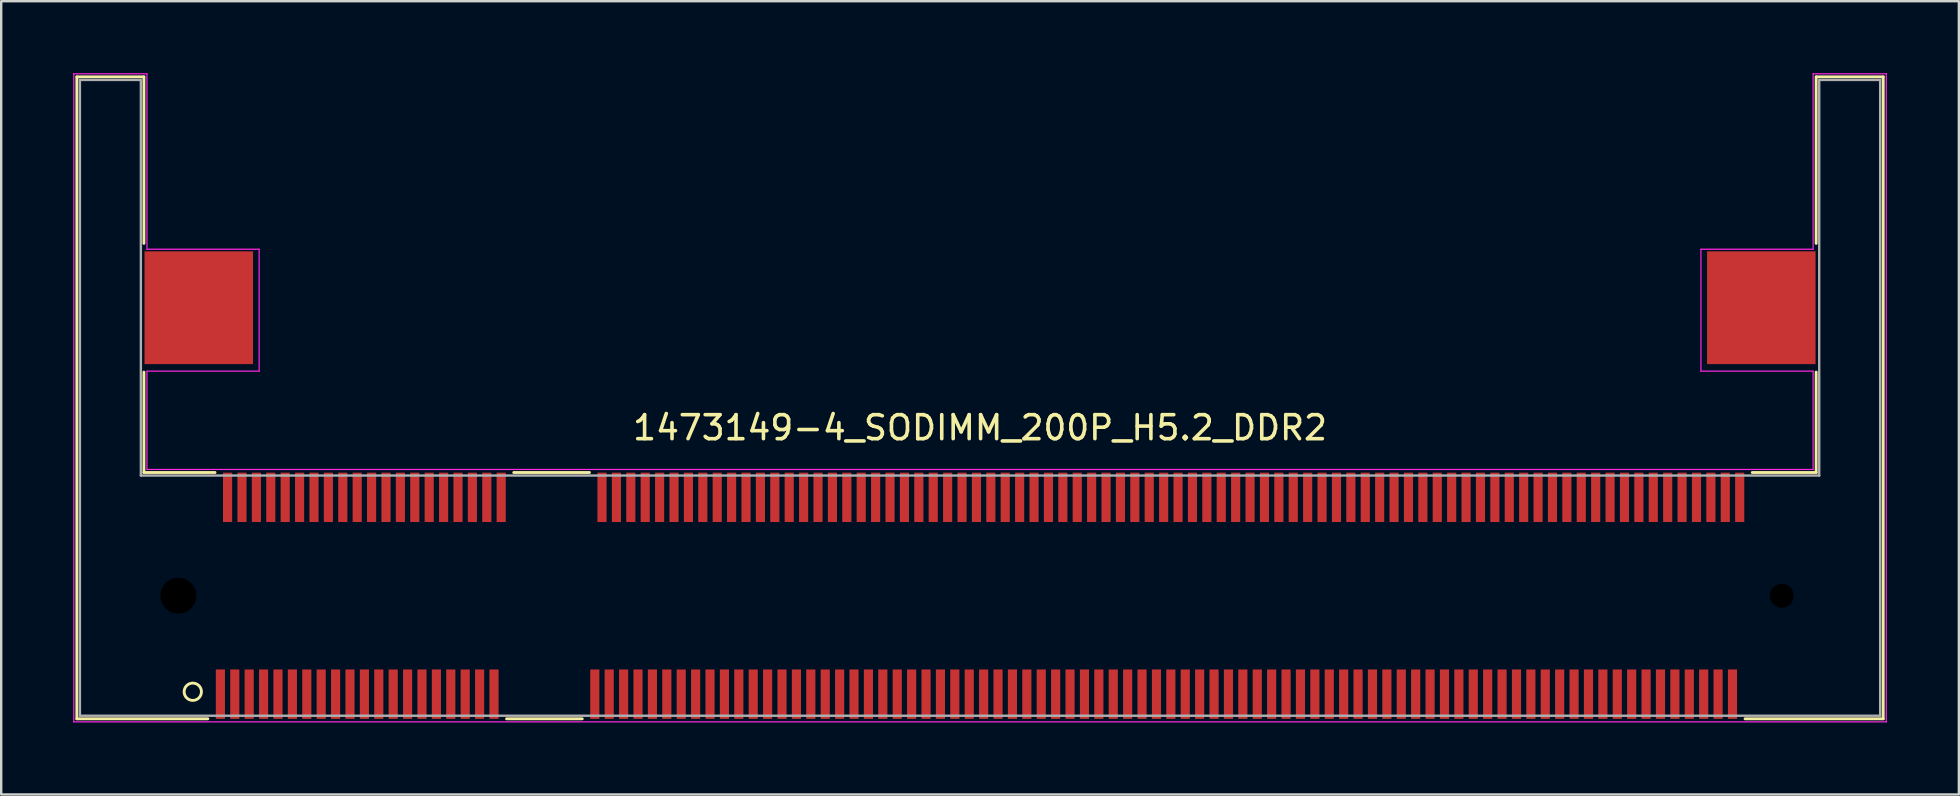
<source format=kicad_pcb>
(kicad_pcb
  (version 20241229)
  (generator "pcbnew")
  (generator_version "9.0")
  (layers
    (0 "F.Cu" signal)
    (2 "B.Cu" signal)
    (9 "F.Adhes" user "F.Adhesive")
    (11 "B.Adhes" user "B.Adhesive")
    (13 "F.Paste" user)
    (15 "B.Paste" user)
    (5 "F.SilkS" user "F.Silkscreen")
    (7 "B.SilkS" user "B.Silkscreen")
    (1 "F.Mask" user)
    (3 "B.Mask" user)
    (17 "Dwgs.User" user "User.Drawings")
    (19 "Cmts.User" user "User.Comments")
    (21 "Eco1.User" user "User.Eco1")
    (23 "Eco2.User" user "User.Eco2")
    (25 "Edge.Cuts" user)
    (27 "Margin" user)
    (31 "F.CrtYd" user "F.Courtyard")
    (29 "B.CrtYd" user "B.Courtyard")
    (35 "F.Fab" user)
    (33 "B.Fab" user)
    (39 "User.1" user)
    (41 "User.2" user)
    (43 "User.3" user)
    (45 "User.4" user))
  (footprint "1473149-4_SODIMM_200P_H5.2_DDR2"
    (layer "F.Cu")
    (at 37.782 21.771)
    (property "Reference" "1473149-4_SODIMM_200P_H5.2_DDR2" (at 0 -7 0) (layer "F.SilkS") (effects (font (size 1 1) (thickness 0.15))))
    (attr smd)
    (fp_line (start -37.63 -21.619) (end -34.836 -21.619) (stroke (width 0.12) (type solid)) (layer "F.SilkS"))
    (fp_line (start -37.63 5.127) (end -37.63 -21.619) (stroke (width 0.12) (type solid)) (layer "F.SilkS"))
    (fp_line (start -34.836 -21.619) (end -34.836 -14.681) (stroke (width 0.12) (type solid)) (layer "F.SilkS"))
    (fp_line (start -34.836 -9.319) (end -34.836 -5.135) (stroke (width 0.12) (type solid)) (layer "F.SilkS"))
    (fp_line (start -34.836 -5.135) (end -31.873 -5.135) (stroke (width 0.12) (type solid)) (layer "F.SilkS"))
    (fp_line (start -32.173 5.127) (end -37.63 5.127) (stroke (width 0.12) (type solid)) (layer "F.SilkS"))
    (fp_line (start -19.427 -5.135) (end -16.273 -5.135) (stroke (width 0.12) (type solid)) (layer "F.SilkS"))
    (fp_line (start -16.573 5.127) (end -19.727 5.127) (stroke (width 0.12) (type solid)) (layer "F.SilkS"))
    (fp_line (start 32.173 -5.135) (end 34.836 -5.135) (stroke (width 0.12) (type solid)) (layer "F.SilkS"))
    (fp_line (start 34.836 -21.619) (end 37.63 -21.619) (stroke (width 0.12) (type solid)) (layer "F.SilkS"))
    (fp_line (start 34.836 -14.681) (end 34.836 -21.619) (stroke (width 0.12) (type solid)) (layer "F.SilkS"))
    (fp_line (start 34.836 -5.135) (end 34.836 -9.319) (stroke (width 0.12) (type solid)) (layer "F.SilkS"))
    (fp_line (start 37.63 -21.619) (end 37.63 5.127) (stroke (width 0.12) (type solid)) (layer "F.SilkS"))
    (fp_line (start 37.63 5.127) (end 31.873 5.127) (stroke (width 0.12) (type solid)) (layer "F.SilkS"))
    (fp_circle (center -32.8 4) (end -32.5 4.2) (stroke (width 0.12) (type solid)) (fill no) (layer "F.SilkS"))
    (fp_line (start -37.757 -21.746) (end -34.709 -21.746) (stroke (width 0.05) (type solid)) (layer "F.CrtYd"))
    (fp_line (start -37.757 5.254) (end -37.757 -21.746) (stroke (width 0.05) (type solid)) (layer "F.CrtYd"))
    (fp_line (start -34.709 -21.746) (end -34.709 -14.437) (stroke (width 0.05) (type solid)) (layer "F.CrtYd"))
    (fp_line (start -34.709 -14.437) (end -30.035 -14.437) (stroke (width 0.05) (type solid)) (layer "F.CrtYd"))
    (fp_line (start -34.709 -9.357) (end -34.709 -5.262) (stroke (width 0.05) (type solid)) (layer "F.CrtYd"))
    (fp_line (start -34.709 -5.262) (end 34.709 -5.262) (stroke (width 0.05) (type solid)) (layer "F.CrtYd"))
    (fp_line (start -30.035 -14.437) (end -30.035 -9.357) (stroke (width 0.05) (type solid)) (layer "F.CrtYd"))
    (fp_line (start -30.035 -9.357) (end -34.709 -9.357) (stroke (width 0.05) (type solid)) (layer "F.CrtYd"))
    (fp_line (start 30.035 -14.437) (end 34.709 -14.437) (stroke (width 0.05) (type solid)) (layer "F.CrtYd"))
    (fp_line (start 30.035 -9.357) (end 30.035 -14.437) (stroke (width 0.05) (type solid)) (layer "F.CrtYd"))
    (fp_line (start 34.709 -21.746) (end 37.757 -21.746) (stroke (width 0.05) (type solid)) (layer "F.CrtYd"))
    (fp_line (start 34.709 -14.437) (end 34.709 -21.746) (stroke (width 0.05) (type solid)) (layer "F.CrtYd"))
    (fp_line (start 34.709 -9.357) (end 30.035 -9.357) (stroke (width 0.05) (type solid)) (layer "F.CrtYd"))
    (fp_line (start 34.709 -5.262) (end 34.709 -9.357) (stroke (width 0.05) (type solid)) (layer "F.CrtYd"))
    (fp_line (start 37.757 -21.746) (end 37.757 5.254) (stroke (width 0.05) (type solid)) (layer "F.CrtYd"))
    (fp_line (start 37.757 5.254) (end -37.757 5.254) (stroke (width 0.05) (type solid)) (layer "F.CrtYd"))
    (fp_line (start -37.503 -21.492) (end -34.963 -21.492) (stroke (width 0.1) (type solid)) (layer "F.Fab"))
    (fp_line (start -37.503 5) (end -37.503 -21.492) (stroke (width 0.1) (type solid)) (layer "F.Fab"))
    (fp_line (start -34.963 -21.492) (end -34.963 -5.008) (stroke (width 0.1) (type solid)) (layer "F.Fab"))
    (fp_line (start -34.963 -5.008) (end 34.963 -5.008) (stroke (width 0.1) (type solid)) (layer "F.Fab"))
    (fp_line (start 34.963 -21.492) (end 37.503 -21.492) (stroke (width 0.1) (type solid)) (layer "F.Fab"))
    (fp_line (start 34.963 -5.008) (end 34.963 -21.492) (stroke (width 0.1) (type solid)) (layer "F.Fab"))
    (fp_line (start 37.503 -21.492) (end 37.503 5) (stroke (width 0.1) (type solid)) (layer "F.Fab"))
    (fp_line (start 37.503 5) (end -37.503 5) (stroke (width 0.1) (type solid)) (layer "F.Fab"))
    (pad "" np_thru_hole circle (at -33.4 0) (size 1.5 1.5) (drill 1.5) (layers "*.Mask"))
    (pad "" np_thru_hole circle (at 33.4 0) (size 1 1) (drill 1) (layers "*.Mask"))
    (pad "1" smd rect (at -31.65 4.1) (size 0.381 2.057) (layers "F.Cu" "F.Mask" "F.Paste"))
    (pad "2" smd rect (at -31.35 -4.1) (size 0.381 2.057) (layers "F.Cu" "F.Mask" "F.Paste"))
    (pad "3" smd rect (at -31.05 4.1) (size 0.381 2.057) (layers "F.Cu" "F.Mask" "F.Paste"))
    (pad "4" smd rect (at -30.75 -4.1) (size 0.381 2.057) (layers "F.Cu" "F.Mask" "F.Paste"))
    (pad "5" smd rect (at -30.45 4.1) (size 0.381 2.057) (layers "F.Cu" "F.Mask" "F.Paste"))
    (pad "6" smd rect (at -30.15 -4.1) (size 0.381 2.057) (layers "F.Cu" "F.Mask" "F.Paste"))
    (pad "7" smd rect (at -29.85 4.1) (size 0.381 2.057) (layers "F.Cu" "F.Mask" "F.Paste"))
    (pad "8" smd rect (at -29.55 -4.1) (size 0.381 2.057) (layers "F.Cu" "F.Mask" "F.Paste"))
    (pad "9" smd rect (at -29.25 4.1) (size 0.381 2.057) (layers "F.Cu" "F.Mask" "F.Paste"))
    (pad "10" smd rect (at -28.95 -4.1) (size 0.381 2.057) (layers "F.Cu" "F.Mask" "F.Paste"))
    (pad "11" smd rect (at -28.65 4.1) (size 0.381 2.057) (layers "F.Cu" "F.Mask" "F.Paste"))
    (pad "12" smd rect (at -28.35 -4.1) (size 0.381 2.057) (layers "F.Cu" "F.Mask" "F.Paste"))
    (pad "13" smd rect (at -28.05 4.1) (size 0.381 2.057) (layers "F.Cu" "F.Mask" "F.Paste"))
    (pad "14" smd rect (at -27.75 -4.1) (size 0.381 2.057) (layers "F.Cu" "F.Mask" "F.Paste"))
    (pad "15" smd rect (at -27.45 4.1) (size 0.381 2.057) (layers "F.Cu" "F.Mask" "F.Paste"))
    (pad "16" smd rect (at -27.15 -4.1) (size 0.381 2.057) (layers "F.Cu" "F.Mask" "F.Paste"))
    (pad "17" smd rect (at -26.85 4.1) (size 0.381 2.057) (layers "F.Cu" "F.Mask" "F.Paste"))
    (pad "18" smd rect (at -26.55 -4.1) (size 0.381 2.057) (layers "F.Cu" "F.Mask" "F.Paste"))
    (pad "19" smd rect (at -26.25 4.1) (size 0.381 2.057) (layers "F.Cu" "F.Mask" "F.Paste"))
    (pad "20" smd rect (at -25.95 -4.1) (size 0.381 2.057) (layers "F.Cu" "F.Mask" "F.Paste"))
    (pad "21" smd rect (at -25.65 4.1) (size 0.381 2.057) (layers "F.Cu" "F.Mask" "F.Paste"))
    (pad "22" smd rect (at -25.35 -4.1) (size 0.381 2.057) (layers "F.Cu" "F.Mask" "F.Paste"))
    (pad "23" smd rect (at -25.05 4.1) (size 0.381 2.057) (layers "F.Cu" "F.Mask" "F.Paste"))
    (pad "24" smd rect (at -24.75 -4.1) (size 0.381 2.057) (layers "F.Cu" "F.Mask" "F.Paste"))
    (pad "25" smd rect (at -24.45 4.1) (size 0.381 2.057) (layers "F.Cu" "F.Mask" "F.Paste"))
    (pad "26" smd rect (at -24.15 -4.1) (size 0.381 2.057) (layers "F.Cu" "F.Mask" "F.Paste"))
    (pad "27" smd rect (at -23.85 4.1) (size 0.381 2.057) (layers "F.Cu" "F.Mask" "F.Paste"))
    (pad "28" smd rect (at -23.55 -4.1) (size 0.381 2.057) (layers "F.Cu" "F.Mask" "F.Paste"))
    (pad "29" smd rect (at -23.25 4.1) (size 0.381 2.057) (layers "F.Cu" "F.Mask" "F.Paste"))
    (pad "30" smd rect (at -22.95 -4.1) (size 0.381 2.057) (layers "F.Cu" "F.Mask" "F.Paste"))
    (pad "31" smd rect (at -22.65 4.1) (size 0.381 2.057) (layers "F.Cu" "F.Mask" "F.Paste"))
    (pad "32" smd rect (at -22.35 -4.1) (size 0.381 2.057) (layers "F.Cu" "F.Mask" "F.Paste"))
    (pad "33" smd rect (at -22.05 4.1) (size 0.381 2.057) (layers "F.Cu" "F.Mask" "F.Paste"))
    (pad "34" smd rect (at -21.75 -4.1) (size 0.381 2.057) (layers "F.Cu" "F.Mask" "F.Paste"))
    (pad "35" smd rect (at -21.45 4.1) (size 0.381 2.057) (layers "F.Cu" "F.Mask" "F.Paste"))
    (pad "36" smd rect (at -21.15 -4.1) (size 0.381 2.057) (layers "F.Cu" "F.Mask" "F.Paste"))
    (pad "37" smd rect (at -20.85 4.1) (size 0.381 2.057) (layers "F.Cu" "F.Mask" "F.Paste"))
    (pad "38" smd rect (at -20.55 -4.1) (size 0.381 2.057) (layers "F.Cu" "F.Mask" "F.Paste"))
    (pad "39" smd rect (at -20.25 4.1) (size 0.381 2.057) (layers "F.Cu" "F.Mask" "F.Paste"))
    (pad "40" smd rect (at -19.95 -4.1) (size 0.381 2.057) (layers "F.Cu" "F.Mask" "F.Paste"))
    (pad "41" smd rect (at -16.05 4.1) (size 0.381 2.057) (layers "F.Cu" "F.Mask" "F.Paste"))
    (pad "42" smd rect (at -15.75 -4.1) (size 0.381 2.057) (layers "F.Cu" "F.Mask" "F.Paste"))
    (pad "43" smd rect (at -15.45 4.1) (size 0.381 2.057) (layers "F.Cu" "F.Mask" "F.Paste"))
    (pad "44" smd rect (at -15.15 -4.1) (size 0.381 2.057) (layers "F.Cu" "F.Mask" "F.Paste"))
    (pad "45" smd rect (at -14.85 4.1) (size 0.381 2.057) (layers "F.Cu" "F.Mask" "F.Paste"))
    (pad "46" smd rect (at -14.55 -4.1) (size 0.381 2.057) (layers "F.Cu" "F.Mask" "F.Paste"))
    (pad "47" smd rect (at -14.25 4.1) (size 0.381 2.057) (layers "F.Cu" "F.Mask" "F.Paste"))
    (pad "48" smd rect (at -13.95 -4.1) (size 0.381 2.057) (layers "F.Cu" "F.Mask" "F.Paste"))
    (pad "49" smd rect (at -13.65 4.1) (size 0.381 2.057) (layers "F.Cu" "F.Mask" "F.Paste"))
    (pad "50" smd rect (at -13.35 -4.1) (size 0.381 2.057) (layers "F.Cu" "F.Mask" "F.Paste"))
    (pad "51" smd rect (at -13.05 4.1) (size 0.381 2.057) (layers "F.Cu" "F.Mask" "F.Paste"))
    (pad "52" smd rect (at -12.75 -4.1) (size 0.381 2.057) (layers "F.Cu" "F.Mask" "F.Paste"))
    (pad "53" smd rect (at -12.45 4.1) (size 0.381 2.057) (layers "F.Cu" "F.Mask" "F.Paste"))
    (pad "54" smd rect (at -12.15 -4.1) (size 0.381 2.057) (layers "F.Cu" "F.Mask" "F.Paste"))
    (pad "55" smd rect (at -11.85 4.1) (size 0.381 2.057) (layers "F.Cu" "F.Mask" "F.Paste"))
    (pad "56" smd rect (at -11.55 -4.1) (size 0.381 2.057) (layers "F.Cu" "F.Mask" "F.Paste"))
    (pad "57" smd rect (at -11.25 4.1) (size 0.381 2.057) (layers "F.Cu" "F.Mask" "F.Paste"))
    (pad "58" smd rect (at -10.95 -4.1) (size 0.381 2.057) (layers "F.Cu" "F.Mask" "F.Paste"))
    (pad "59" smd rect (at -10.65 4.1) (size 0.381 2.057) (layers "F.Cu" "F.Mask" "F.Paste"))
    (pad "60" smd rect (at -10.35 -4.1) (size 0.381 2.057) (layers "F.Cu" "F.Mask" "F.Paste"))
    (pad "61" smd rect (at -10.05 4.1) (size 0.381 2.057) (layers "F.Cu" "F.Mask" "F.Paste"))
    (pad "62" smd rect (at -9.75 -4.1) (size 0.381 2.057) (layers "F.Cu" "F.Mask" "F.Paste"))
    (pad "63" smd rect (at -9.45 4.1) (size 0.381 2.057) (layers "F.Cu" "F.Mask" "F.Paste"))
    (pad "64" smd rect (at -9.15 -4.1) (size 0.381 2.057) (layers "F.Cu" "F.Mask" "F.Paste"))
    (pad "65" smd rect (at -8.85 4.1) (size 0.381 2.057) (layers "F.Cu" "F.Mask" "F.Paste"))
    (pad "66" smd rect (at -8.55 -4.1) (size 0.381 2.057) (layers "F.Cu" "F.Mask" "F.Paste"))
    (pad "67" smd rect (at -8.25 4.1) (size 0.381 2.057) (layers "F.Cu" "F.Mask" "F.Paste"))
    (pad "68" smd rect (at -7.95 -4.1) (size 0.381 2.057) (layers "F.Cu" "F.Mask" "F.Paste"))
    (pad "69" smd rect (at -7.65 4.1) (size 0.381 2.057) (layers "F.Cu" "F.Mask" "F.Paste"))
    (pad "70" smd rect (at -7.35 -4.1) (size 0.381 2.057) (layers "F.Cu" "F.Mask" "F.Paste"))
    (pad "71" smd rect (at -7.05 4.1) (size 0.381 2.057) (layers "F.Cu" "F.Mask" "F.Paste"))
    (pad "72" smd rect (at -6.75 -4.1) (size 0.381 2.057) (layers "F.Cu" "F.Mask" "F.Paste"))
    (pad "73" smd rect (at -6.45 4.1) (size 0.381 2.057) (layers "F.Cu" "F.Mask" "F.Paste"))
    (pad "74" smd rect (at -6.15 -4.1) (size 0.381 2.057) (layers "F.Cu" "F.Mask" "F.Paste"))
    (pad "75" smd rect (at -5.85 4.1) (size 0.381 2.057) (layers "F.Cu" "F.Mask" "F.Paste"))
    (pad "76" smd rect (at -5.55 -4.1) (size 0.381 2.057) (layers "F.Cu" "F.Mask" "F.Paste"))
    (pad "77" smd rect (at -5.25 4.1) (size 0.381 2.057) (layers "F.Cu" "F.Mask" "F.Paste"))
    (pad "78" smd rect (at -4.95 -4.1) (size 0.381 2.057) (layers "F.Cu" "F.Mask" "F.Paste"))
    (pad "79" smd rect (at -4.65 4.1) (size 0.381 2.057) (layers "F.Cu" "F.Mask" "F.Paste"))
    (pad "80" smd rect (at -4.35 -4.1) (size 0.381 2.057) (layers "F.Cu" "F.Mask" "F.Paste"))
    (pad "81" smd rect (at -4.05 4.1) (size 0.381 2.057) (layers "F.Cu" "F.Mask" "F.Paste"))
    (pad "82" smd rect (at -3.75 -4.1) (size 0.381 2.057) (layers "F.Cu" "F.Mask" "F.Paste"))
    (pad "83" smd rect (at -3.45 4.1) (size 0.381 2.057) (layers "F.Cu" "F.Mask" "F.Paste"))
    (pad "84" smd rect (at -3.15 -4.1) (size 0.381 2.057) (layers "F.Cu" "F.Mask" "F.Paste"))
    (pad "85" smd rect (at -2.85 4.1) (size 0.381 2.057) (layers "F.Cu" "F.Mask" "F.Paste"))
    (pad "86" smd rect (at -2.55 -4.1) (size 0.381 2.057) (layers "F.Cu" "F.Mask" "F.Paste"))
    (pad "87" smd rect (at -2.25 4.1) (size 0.381 2.057) (layers "F.Cu" "F.Mask" "F.Paste"))
    (pad "88" smd rect (at -1.95 -4.1) (size 0.381 2.057) (layers "F.Cu" "F.Mask" "F.Paste"))
    (pad "89" smd rect (at -1.65 4.1) (size 0.381 2.057) (layers "F.Cu" "F.Mask" "F.Paste"))
    (pad "90" smd rect (at -1.35 -4.1) (size 0.381 2.057) (layers "F.Cu" "F.Mask" "F.Paste"))
    (pad "91" smd rect (at -1.05 4.1) (size 0.381 2.057) (layers "F.Cu" "F.Mask" "F.Paste"))
    (pad "92" smd rect (at -0.75 -4.1) (size 0.381 2.057) (layers "F.Cu" "F.Mask" "F.Paste"))
    (pad "93" smd rect (at -0.45 4.1) (size 0.381 2.057) (layers "F.Cu" "F.Mask" "F.Paste"))
    (pad "94" smd rect (at -0.15 -4.1) (size 0.381 2.057) (layers "F.Cu" "F.Mask" "F.Paste"))
    (pad "95" smd rect (at 0.15 4.1) (size 0.381 2.057) (layers "F.Cu" "F.Mask" "F.Paste"))
    (pad "96" smd rect (at 0.45 -4.1) (size 0.381 2.057) (layers "F.Cu" "F.Mask" "F.Paste"))
    (pad "97" smd rect (at 0.75 4.1) (size 0.381 2.057) (layers "F.Cu" "F.Mask" "F.Paste"))
    (pad "98" smd rect (at 1.05 -4.1) (size 0.381 2.057) (layers "F.Cu" "F.Mask" "F.Paste"))
    (pad "99" smd rect (at 1.35 4.1) (size 0.381 2.057) (layers "F.Cu" "F.Mask" "F.Paste"))
    (pad "100" smd rect (at 1.65 -4.1) (size 0.381 2.057) (layers "F.Cu" "F.Mask" "F.Paste"))
    (pad "101" smd rect (at 1.95 4.1) (size 0.381 2.057) (layers "F.Cu" "F.Mask" "F.Paste"))
    (pad "102" smd rect (at 2.25 -4.1) (size 0.381 2.057) (layers "F.Cu" "F.Mask" "F.Paste"))
    (pad "103" smd rect (at 2.55 4.1) (size 0.381 2.057) (layers "F.Cu" "F.Mask" "F.Paste"))
    (pad "104" smd rect (at 2.85 -4.1) (size 0.381 2.057) (layers "F.Cu" "F.Mask" "F.Paste"))
    (pad "105" smd rect (at 3.15 4.1) (size 0.381 2.057) (layers "F.Cu" "F.Mask" "F.Paste"))
    (pad "106" smd rect (at 3.45 -4.1) (size 0.381 2.057) (layers "F.Cu" "F.Mask" "F.Paste"))
    (pad "107" smd rect (at 3.75 4.1) (size 0.381 2.057) (layers "F.Cu" "F.Mask" "F.Paste"))
    (pad "108" smd rect (at 4.05 -4.1) (size 0.381 2.057) (layers "F.Cu" "F.Mask" "F.Paste"))
    (pad "109" smd rect (at 4.35 4.1) (size 0.381 2.057) (layers "F.Cu" "F.Mask" "F.Paste"))
    (pad "110" smd rect (at 4.65 -4.1) (size 0.381 2.057) (layers "F.Cu" "F.Mask" "F.Paste"))
    (pad "111" smd rect (at 4.95 4.1) (size 0.381 2.057) (layers "F.Cu" "F.Mask" "F.Paste"))
    (pad "112" smd rect (at 5.25 -4.1) (size 0.381 2.057) (layers "F.Cu" "F.Mask" "F.Paste"))
    (pad "113" smd rect (at 5.55 4.1) (size 0.381 2.057) (layers "F.Cu" "F.Mask" "F.Paste"))
    (pad "114" smd rect (at 5.85 -4.1) (size 0.381 2.057) (layers "F.Cu" "F.Mask" "F.Paste"))
    (pad "115" smd rect (at 6.15 4.1) (size 0.381 2.057) (layers "F.Cu" "F.Mask" "F.Paste"))
    (pad "116" smd rect (at 6.45 -4.1) (size 0.381 2.057) (layers "F.Cu" "F.Mask" "F.Paste"))
    (pad "117" smd rect (at 6.75 4.1) (size 0.381 2.057) (layers "F.Cu" "F.Mask" "F.Paste"))
    (pad "118" smd rect (at 7.05 -4.1) (size 0.381 2.057) (layers "F.Cu" "F.Mask" "F.Paste"))
    (pad "119" smd rect (at 7.35 4.1) (size 0.381 2.057) (layers "F.Cu" "F.Mask" "F.Paste"))
    (pad "120" smd rect (at 7.65 -4.1) (size 0.381 2.057) (layers "F.Cu" "F.Mask" "F.Paste"))
    (pad "121" smd rect (at 7.95 4.1) (size 0.381 2.057) (layers "F.Cu" "F.Mask" "F.Paste"))
    (pad "122" smd rect (at 8.25 -4.1) (size 0.381 2.057) (layers "F.Cu" "F.Mask" "F.Paste"))
    (pad "123" smd rect (at 8.55 4.1) (size 0.381 2.057) (layers "F.Cu" "F.Mask" "F.Paste"))
    (pad "124" smd rect (at 8.85 -4.1) (size 0.381 2.057) (layers "F.Cu" "F.Mask" "F.Paste"))
    (pad "125" smd rect (at 9.15 4.1) (size 0.381 2.057) (layers "F.Cu" "F.Mask" "F.Paste"))
    (pad "126" smd rect (at 9.45 -4.1) (size 0.381 2.057) (layers "F.Cu" "F.Mask" "F.Paste"))
    (pad "127" smd rect (at 9.75 4.1) (size 0.381 2.057) (layers "F.Cu" "F.Mask" "F.Paste"))
    (pad "128" smd rect (at 10.05 -4.1) (size 0.381 2.057) (layers "F.Cu" "F.Mask" "F.Paste"))
    (pad "129" smd rect (at 10.35 4.1) (size 0.381 2.057) (layers "F.Cu" "F.Mask" "F.Paste"))
    (pad "130" smd rect (at 10.65 -4.1) (size 0.381 2.057) (layers "F.Cu" "F.Mask" "F.Paste"))
    (pad "131" smd rect (at 10.95 4.1) (size 0.381 2.057) (layers "F.Cu" "F.Mask" "F.Paste"))
    (pad "132" smd rect (at 11.25 -4.1) (size 0.381 2.057) (layers "F.Cu" "F.Mask" "F.Paste"))
    (pad "133" smd rect (at 11.55 4.1) (size 0.381 2.057) (layers "F.Cu" "F.Mask" "F.Paste"))
    (pad "134" smd rect (at 11.85 -4.1) (size 0.381 2.057) (layers "F.Cu" "F.Mask" "F.Paste"))
    (pad "135" smd rect (at 12.15 4.1) (size 0.381 2.057) (layers "F.Cu" "F.Mask" "F.Paste"))
    (pad "136" smd rect (at 12.45 -4.1) (size 0.381 2.057) (layers "F.Cu" "F.Mask" "F.Paste"))
    (pad "137" smd rect (at 12.75 4.1) (size 0.381 2.057) (layers "F.Cu" "F.Mask" "F.Paste"))
    (pad "138" smd rect (at 13.05 -4.1) (size 0.381 2.057) (layers "F.Cu" "F.Mask" "F.Paste"))
    (pad "139" smd rect (at 13.35 4.1) (size 0.381 2.057) (layers "F.Cu" "F.Mask" "F.Paste"))
    (pad "140" smd rect (at 13.65 -4.1) (size 0.381 2.057) (layers "F.Cu" "F.Mask" "F.Paste"))
    (pad "141" smd rect (at 13.95 4.1) (size 0.381 2.057) (layers "F.Cu" "F.Mask" "F.Paste"))
    (pad "142" smd rect (at 14.25 -4.1) (size 0.381 2.057) (layers "F.Cu" "F.Mask" "F.Paste"))
    (pad "143" smd rect (at 14.55 4.1) (size 0.381 2.057) (layers "F.Cu" "F.Mask" "F.Paste"))
    (pad "144" smd rect (at 14.85 -4.1) (size 0.381 2.057) (layers "F.Cu" "F.Mask" "F.Paste"))
    (pad "145" smd rect (at 15.15 4.1) (size 0.381 2.057) (layers "F.Cu" "F.Mask" "F.Paste"))
    (pad "146" smd rect (at 15.45 -4.1) (size 0.381 2.057) (layers "F.Cu" "F.Mask" "F.Paste"))
    (pad "147" smd rect (at 15.75 4.1) (size 0.381 2.057) (layers "F.Cu" "F.Mask" "F.Paste"))
    (pad "148" smd rect (at 16.05 -4.1) (size 0.381 2.057) (layers "F.Cu" "F.Mask" "F.Paste"))
    (pad "149" smd rect (at 16.35 4.1) (size 0.381 2.057) (layers "F.Cu" "F.Mask" "F.Paste"))
    (pad "150" smd rect (at 16.65 -4.1) (size 0.381 2.057) (layers "F.Cu" "F.Mask" "F.Paste"))
    (pad "151" smd rect (at 16.95 4.1) (size 0.381 2.057) (layers "F.Cu" "F.Mask" "F.Paste"))
    (pad "152" smd rect (at 17.25 -4.1) (size 0.381 2.057) (layers "F.Cu" "F.Mask" "F.Paste"))
    (pad "153" smd rect (at 17.55 4.1) (size 0.381 2.057) (layers "F.Cu" "F.Mask" "F.Paste"))
    (pad "154" smd rect (at 17.85 -4.1) (size 0.381 2.057) (layers "F.Cu" "F.Mask" "F.Paste"))
    (pad "155" smd rect (at 18.15 4.1) (size 0.381 2.057) (layers "F.Cu" "F.Mask" "F.Paste"))
    (pad "156" smd rect (at 18.45 -4.1) (size 0.381 2.057) (layers "F.Cu" "F.Mask" "F.Paste"))
    (pad "157" smd rect (at 18.75 4.1) (size 0.381 2.057) (layers "F.Cu" "F.Mask" "F.Paste"))
    (pad "158" smd rect (at 19.05 -4.1) (size 0.381 2.057) (layers "F.Cu" "F.Mask" "F.Paste"))
    (pad "159" smd rect (at 19.35 4.1) (size 0.381 2.057) (layers "F.Cu" "F.Mask" "F.Paste"))
    (pad "160" smd rect (at 19.65 -4.1) (size 0.381 2.057) (layers "F.Cu" "F.Mask" "F.Paste"))
    (pad "161" smd rect (at 19.95 4.1) (size 0.381 2.057) (layers "F.Cu" "F.Mask" "F.Paste"))
    (pad "162" smd rect (at 20.25 -4.1) (size 0.381 2.057) (layers "F.Cu" "F.Mask" "F.Paste"))
    (pad "163" smd rect (at 20.55 4.1) (size 0.381 2.057) (layers "F.Cu" "F.Mask" "F.Paste"))
    (pad "164" smd rect (at 20.85 -4.1) (size 0.381 2.057) (layers "F.Cu" "F.Mask" "F.Paste"))
    (pad "165" smd rect (at 21.15 4.1) (size 0.381 2.057) (layers "F.Cu" "F.Mask" "F.Paste"))
    (pad "166" smd rect (at 21.45 -4.1) (size 0.381 2.057) (layers "F.Cu" "F.Mask" "F.Paste"))
    (pad "167" smd rect (at 21.75 4.1) (size 0.381 2.057) (layers "F.Cu" "F.Mask" "F.Paste"))
    (pad "168" smd rect (at 22.05 -4.1) (size 0.381 2.057) (layers "F.Cu" "F.Mask" "F.Paste"))
    (pad "169" smd rect (at 22.35 4.1) (size 0.381 2.057) (layers "F.Cu" "F.Mask" "F.Paste"))
    (pad "170" smd rect (at 22.65 -4.1) (size 0.381 2.057) (layers "F.Cu" "F.Mask" "F.Paste"))
    (pad "171" smd rect (at 22.95 4.1) (size 0.381 2.057) (layers "F.Cu" "F.Mask" "F.Paste"))
    (pad "172" smd rect (at 23.25 -4.1) (size 0.381 2.057) (layers "F.Cu" "F.Mask" "F.Paste"))
    (pad "173" smd rect (at 23.55 4.1) (size 0.381 2.057) (layers "F.Cu" "F.Mask" "F.Paste"))
    (pad "174" smd rect (at 23.85 -4.1) (size 0.381 2.057) (layers "F.Cu" "F.Mask" "F.Paste"))
    (pad "175" smd rect (at 24.15 4.1) (size 0.381 2.057) (layers "F.Cu" "F.Mask" "F.Paste"))
    (pad "176" smd rect (at 24.45 -4.1) (size 0.381 2.057) (layers "F.Cu" "F.Mask" "F.Paste"))
    (pad "177" smd rect (at 24.75 4.1) (size 0.381 2.057) (layers "F.Cu" "F.Mask" "F.Paste"))
    (pad "178" smd rect (at 25.05 -4.1) (size 0.381 2.057) (layers "F.Cu" "F.Mask" "F.Paste"))
    (pad "179" smd rect (at 25.35 4.1) (size 0.381 2.057) (layers "F.Cu" "F.Mask" "F.Paste"))
    (pad "180" smd rect (at 25.65 -4.1) (size 0.381 2.057) (layers "F.Cu" "F.Mask" "F.Paste"))
    (pad "181" smd rect (at 25.95 4.1) (size 0.381 2.057) (layers "F.Cu" "F.Mask" "F.Paste"))
    (pad "182" smd rect (at 26.25 -4.1) (size 0.381 2.057) (layers "F.Cu" "F.Mask" "F.Paste"))
    (pad "183" smd rect (at 26.55 4.1) (size 0.381 2.057) (layers "F.Cu" "F.Mask" "F.Paste"))
    (pad "184" smd rect (at 26.85 -4.1) (size 0.381 2.057) (layers "F.Cu" "F.Mask" "F.Paste"))
    (pad "185" smd rect (at 27.15 4.1) (size 0.381 2.057) (layers "F.Cu" "F.Mask" "F.Paste"))
    (pad "186" smd rect (at 27.45 -4.1) (size 0.381 2.057) (layers "F.Cu" "F.Mask" "F.Paste"))
    (pad "187" smd rect (at 27.75 4.1) (size 0.381 2.057) (layers "F.Cu" "F.Mask" "F.Paste"))
    (pad "188" smd rect (at 28.05 -4.1) (size 0.381 2.057) (layers "F.Cu" "F.Mask" "F.Paste"))
    (pad "189" smd rect (at 28.35 4.1) (size 0.381 2.057) (layers "F.Cu" "F.Mask" "F.Paste"))
    (pad "190" smd rect (at 28.65 -4.1) (size 0.381 2.057) (layers "F.Cu" "F.Mask" "F.Paste"))
    (pad "191" smd rect (at 28.95 4.1) (size 0.381 2.057) (layers "F.Cu" "F.Mask" "F.Paste"))
    (pad "192" smd rect (at 29.25 -4.1) (size 0.381 2.057) (layers "F.Cu" "F.Mask" "F.Paste"))
    (pad "193" smd rect (at 29.55 4.1) (size 0.381 2.057) (layers "F.Cu" "F.Mask" "F.Paste"))
    (pad "194" smd rect (at 29.85 -4.1) (size 0.381 2.057) (layers "F.Cu" "F.Mask" "F.Paste"))
    (pad "195" smd rect (at 30.15 4.1) (size 0.381 2.057) (layers "F.Cu" "F.Mask" "F.Paste"))
    (pad "196" smd rect (at 30.45 -4.1) (size 0.381 2.057) (layers "F.Cu" "F.Mask" "F.Paste"))
    (pad "197" smd rect (at 30.75 4.1) (size 0.381 2.057) (layers "F.Cu" "F.Mask" "F.Paste"))
    (pad "198" smd rect (at 31.05 -4.1) (size 0.381 2.057) (layers "F.Cu" "F.Mask" "F.Paste"))
    (pad "199" smd rect (at 31.35 4.1) (size 0.381 2.057) (layers "F.Cu" "F.Mask" "F.Paste"))
    (pad "200" smd rect (at 31.65 -4.1) (size 0.381 2.057) (layers "F.Cu" "F.Mask" "F.Paste"))
    (pad "201" smd rect (at -32.55 -12) (size 4.521 4.699) (layers "F.Cu" "F.Mask" "F.Paste"))
    (pad "201" smd rect (at 32.55 -12) (size 4.521 4.699) (layers "F.Cu" "F.Mask" "F.Paste")))
  (gr_rect
    (start -3 -3)
    (end 78.564 30.05)
    (stroke (width 0.1) (type default))
    (fill no)
    (layer "Edge.Cuts")))
</source>
